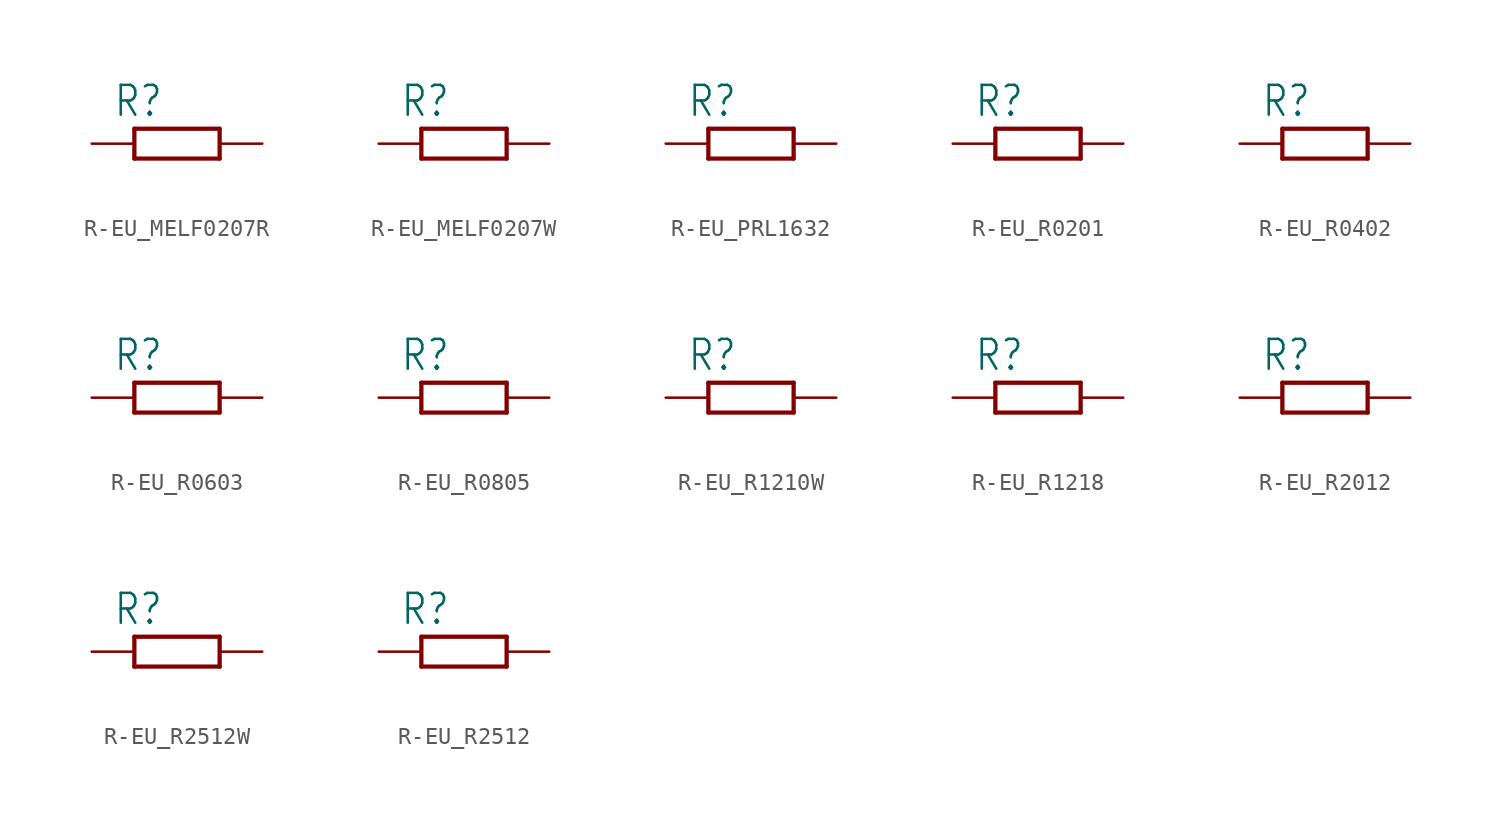
<source format=kicad_sym>
(kicad_symbol_lib
  (version 20231120)
  (generator "kicad_symbol_editor")
  (generator_version "8.99")
  (symbol "R-EU_MELF0207R"
    (property "Reference" "R"
      (at -3.81 1.499 0)
      (effects (font (size 1.778 1.511)) (justify left bottom)))
    (property "Value" ""
      (at -3.81 -3.302 0)
      (effects (font (size 1.778 1.511)) (justify left bottom)))
    (property "ki_locked" ""
      (at 0 0 0)
      (effects (font (size 1.27 1.27))))
    (symbol "R-EU_MELF0207R_1_0"
      (polyline (pts (xy -2.54 -0.889) (xy 2.54 -0.889)) (stroke (width 0.254) (type solid)) (fill (type none)))
      (polyline (pts (xy -2.54 -0.889) (xy -2.54 0.889)) (stroke (width 0.254) (type solid)) (fill (type none)))
      (polyline (pts (xy 2.54 0.889) (xy -2.54 0.889)) (stroke (width 0.254) (type solid)) (fill (type none)))
      (polyline (pts (xy 2.54 -0.889) (xy 2.54 0.889)) (stroke (width 0.254) (type solid)) (fill (type none)))
      (pin passive line (at -5.08 0 0) (length 2.54) (name "1" (effects (font (size 0 0)))) (number "1" (effects (font (size 0 0)))))
      (pin passive line (at 5.08 0 180) (length 2.54) (name "2" (effects (font (size 0 0)))) (number "2" (effects (font (size 0 0)))))))
  (symbol "R-EU_MELF0207W"
    (property "Reference" "R"
      (at -3.81 1.499 0)
      (effects (font (size 1.778 1.511)) (justify left bottom)))
    (property "Value" ""
      (at -3.81 -3.302 0)
      (effects (font (size 1.778 1.511)) (justify left bottom)))
    (property "ki_locked" ""
      (at 0 0 0)
      (effects (font (size 1.27 1.27))))
    (symbol "R-EU_MELF0207W_1_0"
      (polyline (pts (xy -2.54 -0.889) (xy 2.54 -0.889)) (stroke (width 0.254) (type solid)) (fill (type none)))
      (polyline (pts (xy -2.54 -0.889) (xy -2.54 0.889)) (stroke (width 0.254) (type solid)) (fill (type none)))
      (polyline (pts (xy 2.54 0.889) (xy -2.54 0.889)) (stroke (width 0.254) (type solid)) (fill (type none)))
      (polyline (pts (xy 2.54 -0.889) (xy 2.54 0.889)) (stroke (width 0.254) (type solid)) (fill (type none)))
      (pin passive line (at -5.08 0 0) (length 2.54) (name "1" (effects (font (size 0 0)))) (number "1" (effects (font (size 0 0)))))
      (pin passive line (at 5.08 0 180) (length 2.54) (name "2" (effects (font (size 0 0)))) (number "2" (effects (font (size 0 0)))))))
  (symbol "R-EU_PRL1632"
    (property "Reference" "R"
      (at -3.81 1.499 0)
      (effects (font (size 1.778 1.511)) (justify left bottom)))
    (property "Value" ""
      (at -3.81 -3.302 0)
      (effects (font (size 1.778 1.511)) (justify left bottom)))
    (property "ki_locked" ""
      (at 0 0 0)
      (effects (font (size 1.27 1.27))))
    (symbol "R-EU_PRL1632_1_0"
      (polyline (pts (xy -2.54 -0.889) (xy 2.54 -0.889)) (stroke (width 0.254) (type solid)) (fill (type none)))
      (polyline (pts (xy -2.54 -0.889) (xy -2.54 0.889)) (stroke (width 0.254) (type solid)) (fill (type none)))
      (polyline (pts (xy 2.54 0.889) (xy -2.54 0.889)) (stroke (width 0.254) (type solid)) (fill (type none)))
      (polyline (pts (xy 2.54 -0.889) (xy 2.54 0.889)) (stroke (width 0.254) (type solid)) (fill (type none)))
      (pin passive line (at -5.08 0 0) (length 2.54) (name "1" (effects (font (size 0 0)))) (number "1" (effects (font (size 0 0)))))
      (pin passive line (at 5.08 0 180) (length 2.54) (name "2" (effects (font (size 0 0)))) (number "2" (effects (font (size 0 0)))))))
  (symbol "R-EU_R0201"
    (property "Reference" "R"
      (at -3.81 1.499 0)
      (effects (font (size 1.778 1.511)) (justify left bottom)))
    (property "Value" ""
      (at -3.81 -3.302 0)
      (effects (font (size 1.778 1.511)) (justify left bottom)))
    (property "ki_locked" ""
      (at 0 0 0)
      (effects (font (size 1.27 1.27))))
    (symbol "R-EU_R0201_1_0"
      (polyline (pts (xy -2.54 -0.889) (xy 2.54 -0.889)) (stroke (width 0.254) (type solid)) (fill (type none)))
      (polyline (pts (xy -2.54 -0.889) (xy -2.54 0.889)) (stroke (width 0.254) (type solid)) (fill (type none)))
      (polyline (pts (xy 2.54 0.889) (xy -2.54 0.889)) (stroke (width 0.254) (type solid)) (fill (type none)))
      (polyline (pts (xy 2.54 -0.889) (xy 2.54 0.889)) (stroke (width 0.254) (type solid)) (fill (type none)))
      (pin passive line (at -5.08 0 0) (length 2.54) (name "1" (effects (font (size 0 0)))) (number "1" (effects (font (size 0 0)))))
      (pin passive line (at 5.08 0 180) (length 2.54) (name "2" (effects (font (size 0 0)))) (number "2" (effects (font (size 0 0)))))))
  (symbol "R-EU_R0402"
    (property "Reference" "R"
      (at -3.81 1.499 0)
      (effects (font (size 1.778 1.511)) (justify left bottom)))
    (property "Value" ""
      (at -3.81 -3.302 0)
      (effects (font (size 1.778 1.511)) (justify left bottom)))
    (property "ki_locked" ""
      (at 0 0 0)
      (effects (font (size 1.27 1.27))))
    (symbol "R-EU_R0402_1_0"
      (polyline (pts (xy -2.54 -0.889) (xy 2.54 -0.889)) (stroke (width 0.254) (type solid)) (fill (type none)))
      (polyline (pts (xy -2.54 -0.889) (xy -2.54 0.889)) (stroke (width 0.254) (type solid)) (fill (type none)))
      (polyline (pts (xy 2.54 0.889) (xy -2.54 0.889)) (stroke (width 0.254) (type solid)) (fill (type none)))
      (polyline (pts (xy 2.54 -0.889) (xy 2.54 0.889)) (stroke (width 0.254) (type solid)) (fill (type none)))
      (pin passive line (at -5.08 0 0) (length 2.54) (name "1" (effects (font (size 0 0)))) (number "1" (effects (font (size 0 0)))))
      (pin passive line (at 5.08 0 180) (length 2.54) (name "2" (effects (font (size 0 0)))) (number "2" (effects (font (size 0 0)))))))
  (symbol "R-EU_R0603"
    (property "Reference" "R"
      (at -3.81 1.499 0)
      (effects (font (size 1.778 1.511)) (justify left bottom)))
    (property "Value" ""
      (at -3.81 -3.302 0)
      (effects (font (size 1.778 1.511)) (justify left bottom)))
    (property "ki_locked" ""
      (at 0 0 0)
      (effects (font (size 1.27 1.27))))
    (symbol "R-EU_R0603_1_0"
      (polyline (pts (xy -2.54 -0.889) (xy 2.54 -0.889)) (stroke (width 0.254) (type solid)) (fill (type none)))
      (polyline (pts (xy -2.54 -0.889) (xy -2.54 0.889)) (stroke (width 0.254) (type solid)) (fill (type none)))
      (polyline (pts (xy 2.54 0.889) (xy -2.54 0.889)) (stroke (width 0.254) (type solid)) (fill (type none)))
      (polyline (pts (xy 2.54 -0.889) (xy 2.54 0.889)) (stroke (width 0.254) (type solid)) (fill (type none)))
      (pin passive line (at -5.08 0 0) (length 2.54) (name "1" (effects (font (size 0 0)))) (number "1" (effects (font (size 0 0)))))
      (pin passive line (at 5.08 0 180) (length 2.54) (name "2" (effects (font (size 0 0)))) (number "2" (effects (font (size 0 0)))))))
  (symbol "R-EU_R0805"
    (property "Reference" "R"
      (at -3.81 1.499 0)
      (effects (font (size 1.778 1.511)) (justify left bottom)))
    (property "Value" ""
      (at -3.81 -3.302 0)
      (effects (font (size 1.778 1.511)) (justify left bottom)))
    (property "ki_locked" ""
      (at 0 0 0)
      (effects (font (size 1.27 1.27))))
    (symbol "R-EU_R0805_1_0"
      (polyline (pts (xy -2.54 -0.889) (xy 2.54 -0.889)) (stroke (width 0.254) (type solid)) (fill (type none)))
      (polyline (pts (xy -2.54 -0.889) (xy -2.54 0.889)) (stroke (width 0.254) (type solid)) (fill (type none)))
      (polyline (pts (xy 2.54 0.889) (xy -2.54 0.889)) (stroke (width 0.254) (type solid)) (fill (type none)))
      (polyline (pts (xy 2.54 -0.889) (xy 2.54 0.889)) (stroke (width 0.254) (type solid)) (fill (type none)))
      (pin passive line (at -5.08 0 0) (length 2.54) (name "1" (effects (font (size 0 0)))) (number "1" (effects (font (size 0 0)))))
      (pin passive line (at 5.08 0 180) (length 2.54) (name "2" (effects (font (size 0 0)))) (number "2" (effects (font (size 0 0)))))))
  (symbol "R-EU_R1210W"
    (property "Reference" "R"
      (at -3.81 1.499 0)
      (effects (font (size 1.778 1.511)) (justify left bottom)))
    (property "Value" ""
      (at -3.81 -3.302 0)
      (effects (font (size 1.778 1.511)) (justify left bottom)))
    (property "ki_locked" ""
      (at 0 0 0)
      (effects (font (size 1.27 1.27))))
    (symbol "R-EU_R1210W_1_0"
      (polyline (pts (xy -2.54 -0.889) (xy 2.54 -0.889)) (stroke (width 0.254) (type solid)) (fill (type none)))
      (polyline (pts (xy -2.54 -0.889) (xy -2.54 0.889)) (stroke (width 0.254) (type solid)) (fill (type none)))
      (polyline (pts (xy 2.54 0.889) (xy -2.54 0.889)) (stroke (width 0.254) (type solid)) (fill (type none)))
      (polyline (pts (xy 2.54 -0.889) (xy 2.54 0.889)) (stroke (width 0.254) (type solid)) (fill (type none)))
      (pin passive line (at -5.08 0 0) (length 2.54) (name "1" (effects (font (size 0 0)))) (number "1" (effects (font (size 0 0)))))
      (pin passive line (at 5.08 0 180) (length 2.54) (name "2" (effects (font (size 0 0)))) (number "2" (effects (font (size 0 0)))))))
  (symbol "R-EU_R1218"
    (property "Reference" "R"
      (at -3.81 1.499 0)
      (effects (font (size 1.778 1.511)) (justify left bottom)))
    (property "Value" ""
      (at -3.81 -3.302 0)
      (effects (font (size 1.778 1.511)) (justify left bottom)))
    (property "ki_locked" ""
      (at 0 0 0)
      (effects (font (size 1.27 1.27))))
    (symbol "R-EU_R1218_1_0"
      (polyline (pts (xy -2.54 -0.889) (xy 2.54 -0.889)) (stroke (width 0.254) (type solid)) (fill (type none)))
      (polyline (pts (xy -2.54 -0.889) (xy -2.54 0.889)) (stroke (width 0.254) (type solid)) (fill (type none)))
      (polyline (pts (xy 2.54 0.889) (xy -2.54 0.889)) (stroke (width 0.254) (type solid)) (fill (type none)))
      (polyline (pts (xy 2.54 -0.889) (xy 2.54 0.889)) (stroke (width 0.254) (type solid)) (fill (type none)))
      (pin passive line (at -5.08 0 0) (length 2.54) (name "1" (effects (font (size 0 0)))) (number "1" (effects (font (size 0 0)))))
      (pin passive line (at 5.08 0 180) (length 2.54) (name "2" (effects (font (size 0 0)))) (number "2" (effects (font (size 0 0)))))))
  (symbol "R-EU_R2012"
    (property "Reference" "R"
      (at -3.81 1.499 0)
      (effects (font (size 1.778 1.511)) (justify left bottom)))
    (property "Value" ""
      (at -3.81 -3.302 0)
      (effects (font (size 1.778 1.511)) (justify left bottom)))
    (property "ki_locked" ""
      (at 0 0 0)
      (effects (font (size 1.27 1.27))))
    (symbol "R-EU_R2012_1_0"
      (polyline (pts (xy -2.54 -0.889) (xy 2.54 -0.889)) (stroke (width 0.254) (type solid)) (fill (type none)))
      (polyline (pts (xy -2.54 -0.889) (xy -2.54 0.889)) (stroke (width 0.254) (type solid)) (fill (type none)))
      (polyline (pts (xy 2.54 0.889) (xy -2.54 0.889)) (stroke (width 0.254) (type solid)) (fill (type none)))
      (polyline (pts (xy 2.54 -0.889) (xy 2.54 0.889)) (stroke (width 0.254) (type solid)) (fill (type none)))
      (pin passive line (at -5.08 0 0) (length 2.54) (name "1" (effects (font (size 0 0)))) (number "1" (effects (font (size 0 0)))))
      (pin passive line (at 5.08 0 180) (length 2.54) (name "2" (effects (font (size 0 0)))) (number "2" (effects (font (size 0 0)))))))
  (symbol "R-EU_R2512W"
    (property "Reference" "R"
      (at -3.81 1.499 0)
      (effects (font (size 1.778 1.511)) (justify left bottom)))
    (property "Value" ""
      (at -3.81 -3.302 0)
      (effects (font (size 1.778 1.511)) (justify left bottom)))
    (property "ki_locked" ""
      (at 0 0 0)
      (effects (font (size 1.27 1.27))))
    (symbol "R-EU_R2512W_1_0"
      (polyline (pts (xy -2.54 -0.889) (xy 2.54 -0.889)) (stroke (width 0.254) (type solid)) (fill (type none)))
      (polyline (pts (xy -2.54 -0.889) (xy -2.54 0.889)) (stroke (width 0.254) (type solid)) (fill (type none)))
      (polyline (pts (xy 2.54 0.889) (xy -2.54 0.889)) (stroke (width 0.254) (type solid)) (fill (type none)))
      (polyline (pts (xy 2.54 -0.889) (xy 2.54 0.889)) (stroke (width 0.254) (type solid)) (fill (type none)))
      (pin passive line (at -5.08 0 0) (length 2.54) (name "1" (effects (font (size 0 0)))) (number "1" (effects (font (size 0 0)))))
      (pin passive line (at 5.08 0 180) (length 2.54) (name "2" (effects (font (size 0 0)))) (number "2" (effects (font (size 0 0)))))))
  (symbol "R-EU_R2512"
    (property "Reference" "R"
      (at -3.81 1.499 0)
      (effects (font (size 1.778 1.511)) (justify left bottom)))
    (property "Value" ""
      (at -3.81 -3.302 0)
      (effects (font (size 1.778 1.511)) (justify left bottom)))
    (property "ki_locked" ""
      (at 0 0 0)
      (effects (font (size 1.27 1.27))))
    (symbol "R-EU_R2512_1_0"
      (polyline (pts (xy -2.54 -0.889) (xy 2.54 -0.889)) (stroke (width 0.254) (type solid)) (fill (type none)))
      (polyline (pts (xy -2.54 -0.889) (xy -2.54 0.889)) (stroke (width 0.254) (type solid)) (fill (type none)))
      (polyline (pts (xy 2.54 0.889) (xy -2.54 0.889)) (stroke (width 0.254) (type solid)) (fill (type none)))
      (polyline (pts (xy 2.54 -0.889) (xy 2.54 0.889)) (stroke (width 0.254) (type solid)) (fill (type none)))
      (pin passive line (at -5.08 0 0) (length 2.54) (name "1" (effects (font (size 0 0)))) (number "1" (effects (font (size 0 0)))))
      (pin passive line (at 5.08 0 180) (length 2.54) (name "2" (effects (font (size 0 0)))) (number "2" (effects (font (size 0 0))))))))
</source>
